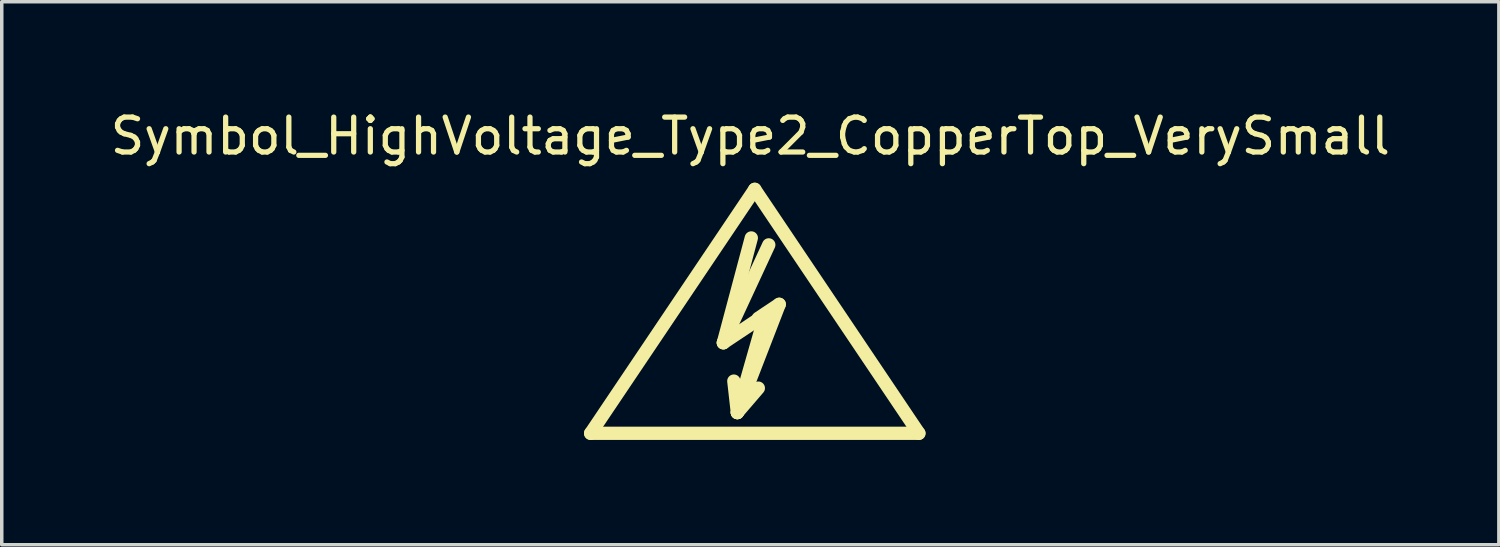
<source format=kicad_pcb>
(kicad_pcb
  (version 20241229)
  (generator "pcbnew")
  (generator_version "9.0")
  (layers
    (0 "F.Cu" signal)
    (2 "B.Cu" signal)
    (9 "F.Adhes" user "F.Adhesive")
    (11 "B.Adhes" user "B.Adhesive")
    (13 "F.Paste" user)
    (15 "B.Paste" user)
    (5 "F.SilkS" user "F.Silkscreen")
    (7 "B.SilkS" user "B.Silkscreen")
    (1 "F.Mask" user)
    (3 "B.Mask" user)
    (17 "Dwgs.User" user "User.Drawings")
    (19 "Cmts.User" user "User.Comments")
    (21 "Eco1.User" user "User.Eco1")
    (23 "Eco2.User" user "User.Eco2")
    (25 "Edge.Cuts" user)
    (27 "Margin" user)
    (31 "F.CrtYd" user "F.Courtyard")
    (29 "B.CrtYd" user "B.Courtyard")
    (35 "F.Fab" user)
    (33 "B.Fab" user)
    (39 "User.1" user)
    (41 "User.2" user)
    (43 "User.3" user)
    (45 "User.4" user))
  (footprint "Symbol_HighVoltage_Type2_CopperTop_VerySmall"
    (layer "F.Cu")
    (at 18.562 6.563)
    (property "Reference" "Symbol_HighVoltage_Type2_CopperTop_VerySmall" (at -0.127 -5.715 0) (layer "F.SilkS") (effects (font (size 1 1) (thickness 0.15))))
    (attr exclude_from_pos_files exclude_from_bom)
    (fp_line (start -4.699 2.794) (end 0 -4.191) (stroke (width 0.381) (type solid)) (layer "F.SilkS"))
    (fp_line (start -0.899 0.201) (end 0.3 -0.599) (stroke (width 0.381) (type solid)) (layer "F.SilkS"))
    (fp_line (start -0.899 0.201) (end 0.401 -2.601) (stroke (width 0.381) (type solid)) (layer "F.SilkS"))
    (fp_line (start -0.498 2.2) (end -0.599 1.3) (stroke (width 0.381) (type solid)) (layer "F.SilkS"))
    (fp_line (start -0.498 2.2) (end 0.102 1.501) (stroke (width 0.381) (type solid)) (layer "F.SilkS"))
    (fp_line (start -0.498 2.2) (end 0.701 -0.899) (stroke (width 0.381) (type solid)) (layer "F.SilkS"))
    (fp_line (start -0.099 -2.799) (end -0.899 0.201) (stroke (width 0.381) (type solid)) (layer "F.SilkS"))
    (fp_line (start 0 -4.191) (end 4.699 2.794) (stroke (width 0.381) (type solid)) (layer "F.SilkS"))
    (fp_line (start 0.3 -0.599) (end -0.498 2.2) (stroke (width 0.381) (type solid)) (layer "F.SilkS"))
    (fp_line (start 0.701 -0.899) (end 0.102 -0.5) (stroke (width 0.381) (type solid)) (layer "F.SilkS"))
    (fp_line (start 4.699 2.794) (end -4.699 2.794) (stroke (width 0.381) (type solid)) (layer "F.SilkS")))
  (gr_rect
    (start -3 -3)
    (end 39.869 12.548)
    (stroke (width 0.1) (type default))
    (fill no)
    (layer "Edge.Cuts")))
</source>
